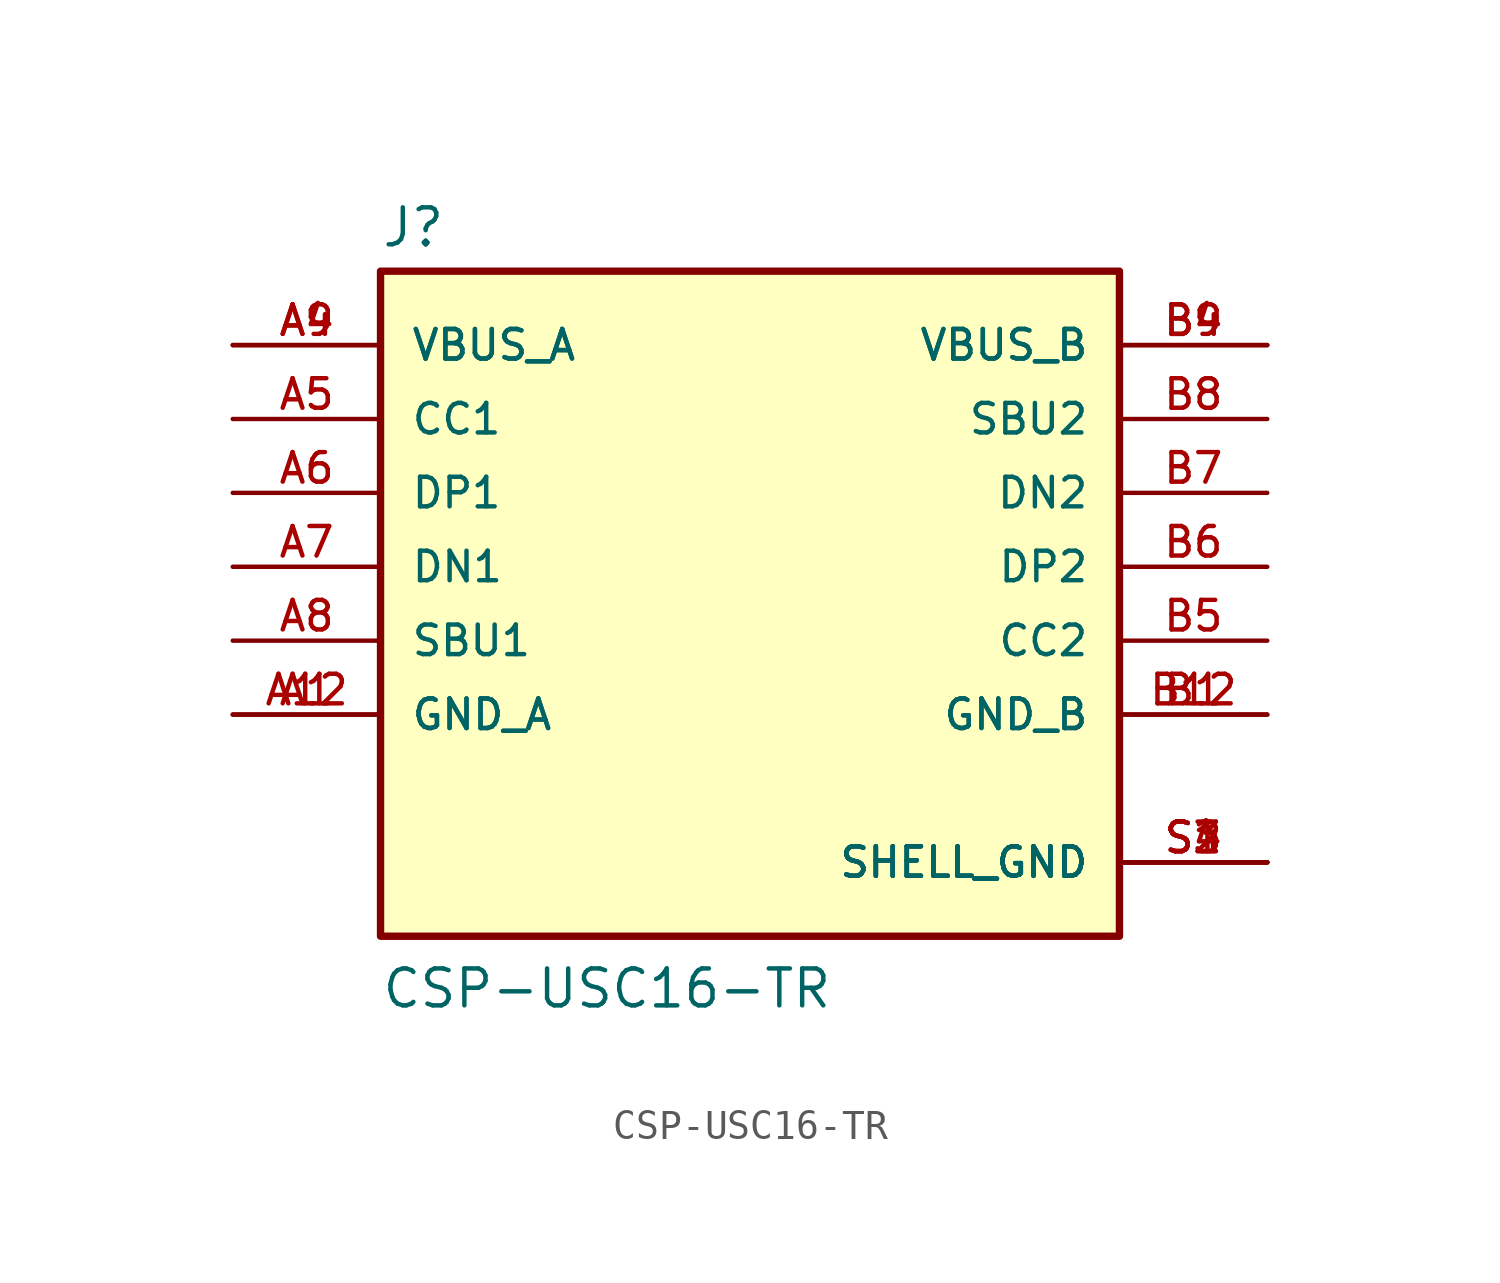
<source format=kicad_sym>
(kicad_symbol_lib
  (version 20211014)
  (generator kicad_symbol_editor)
  (symbol "CSP-USC16-TR"
    (pin_names
      (offset 1.016))
    (property "Reference" "J"
      (at -12.7 13.462 0)
      (effects (font (size 1.27 1.27)) (justify bottom left)))
    (property "Value" "CSP-USC16-TR"
      (at -12.7 -12.7 0)
      (effects (font (size 1.27 1.27)) (justify bottom left)))
    (symbol "CSP-USC16-TR_0_0"
      (rectangle (start -12.7 -10.16) (end 12.7 12.7) (stroke (width 0.254)) (fill (type background)))
      (pin power_in line (at -17.78 -2.54 0) (length 5.08) (name "GND_A" (effects (font (size 1.016 1.016)))) (number "A1" (effects (font (size 1.016 1.016)))))
      (pin power_in line (at -17.78 -2.54 0) (length 5.08) (name "GND_A" (effects (font (size 1.016 1.016)))) (number "A12" (effects (font (size 1.016 1.016)))))
      (pin power_in line (at -17.78 10.16 0) (length 5.08) (name "VBUS_A" (effects (font (size 1.016 1.016)))) (number "A4" (effects (font (size 1.016 1.016)))))
      (pin power_in line (at -17.78 10.16 0) (length 5.08) (name "VBUS_A" (effects (font (size 1.016 1.016)))) (number "A9" (effects (font (size 1.016 1.016)))))
      (pin bidirectional line (at -17.78 5.08 0) (length 5.08) (name "DP1" (effects (font (size 1.016 1.016)))) (number "A6" (effects (font (size 1.016 1.016)))))
      (pin bidirectional line (at -17.78 7.62 0) (length 5.08) (name "CC1" (effects (font (size 1.016 1.016)))) (number "A5" (effects (font (size 1.016 1.016)))))
      (pin bidirectional line (at -17.78 0.0 0) (length 5.08) (name "SBU1" (effects (font (size 1.016 1.016)))) (number "A8" (effects (font (size 1.016 1.016)))))
      (pin bidirectional line (at -17.78 2.54 0) (length 5.08) (name "DN1" (effects (font (size 1.016 1.016)))) (number "A7" (effects (font (size 1.016 1.016)))))
      (pin power_in line (at 17.78 -7.62 180.0) (length 5.08) (name "SHELL_GND" (effects (font (size 1.016 1.016)))) (number "S1" (effects (font (size 1.016 1.016)))))
      (pin power_in line (at 17.78 -7.62 180.0) (length 5.08) (name "SHELL_GND" (effects (font (size 1.016 1.016)))) (number "S2" (effects (font (size 1.016 1.016)))))
      (pin power_in line (at 17.78 -7.62 180.0) (length 5.08) (name "SHELL_GND" (effects (font (size 1.016 1.016)))) (number "S3" (effects (font (size 1.016 1.016)))))
      (pin power_in line (at 17.78 -7.62 180.0) (length 5.08) (name "SHELL_GND" (effects (font (size 1.016 1.016)))) (number "S4" (effects (font (size 1.016 1.016)))))
      (pin power_in line (at 17.78 -2.54 180.0) (length 5.08) (name "GND_B" (effects (font (size 1.016 1.016)))) (number "B1" (effects (font (size 1.016 1.016)))))
      (pin power_in line (at 17.78 -2.54 180.0) (length 5.08) (name "GND_B" (effects (font (size 1.016 1.016)))) (number "B12" (effects (font (size 1.016 1.016)))))
      (pin power_in line (at 17.78 10.16 180.0) (length 5.08) (name "VBUS_B" (effects (font (size 1.016 1.016)))) (number "B4" (effects (font (size 1.016 1.016)))))
      (pin power_in line (at 17.78 10.16 180.0) (length 5.08) (name "VBUS_B" (effects (font (size 1.016 1.016)))) (number "B9" (effects (font (size 1.016 1.016)))))
      (pin bidirectional line (at 17.78 2.54 180.0) (length 5.08) (name "DP2" (effects (font (size 1.016 1.016)))) (number "B6" (effects (font (size 1.016 1.016)))))
      (pin bidirectional line (at 17.78 0.0 180.0) (length 5.08) (name "CC2" (effects (font (size 1.016 1.016)))) (number "B5" (effects (font (size 1.016 1.016)))))
      (pin bidirectional line (at 17.78 7.62 180.0) (length 5.08) (name "SBU2" (effects (font (size 1.016 1.016)))) (number "B8" (effects (font (size 1.016 1.016)))))
      (pin bidirectional line (at 17.78 5.08 180.0) (length 5.08) (name "DN2" (effects (font (size 1.016 1.016)))) (number "B7" (effects (font (size 1.016 1.016))))))))
</source>
